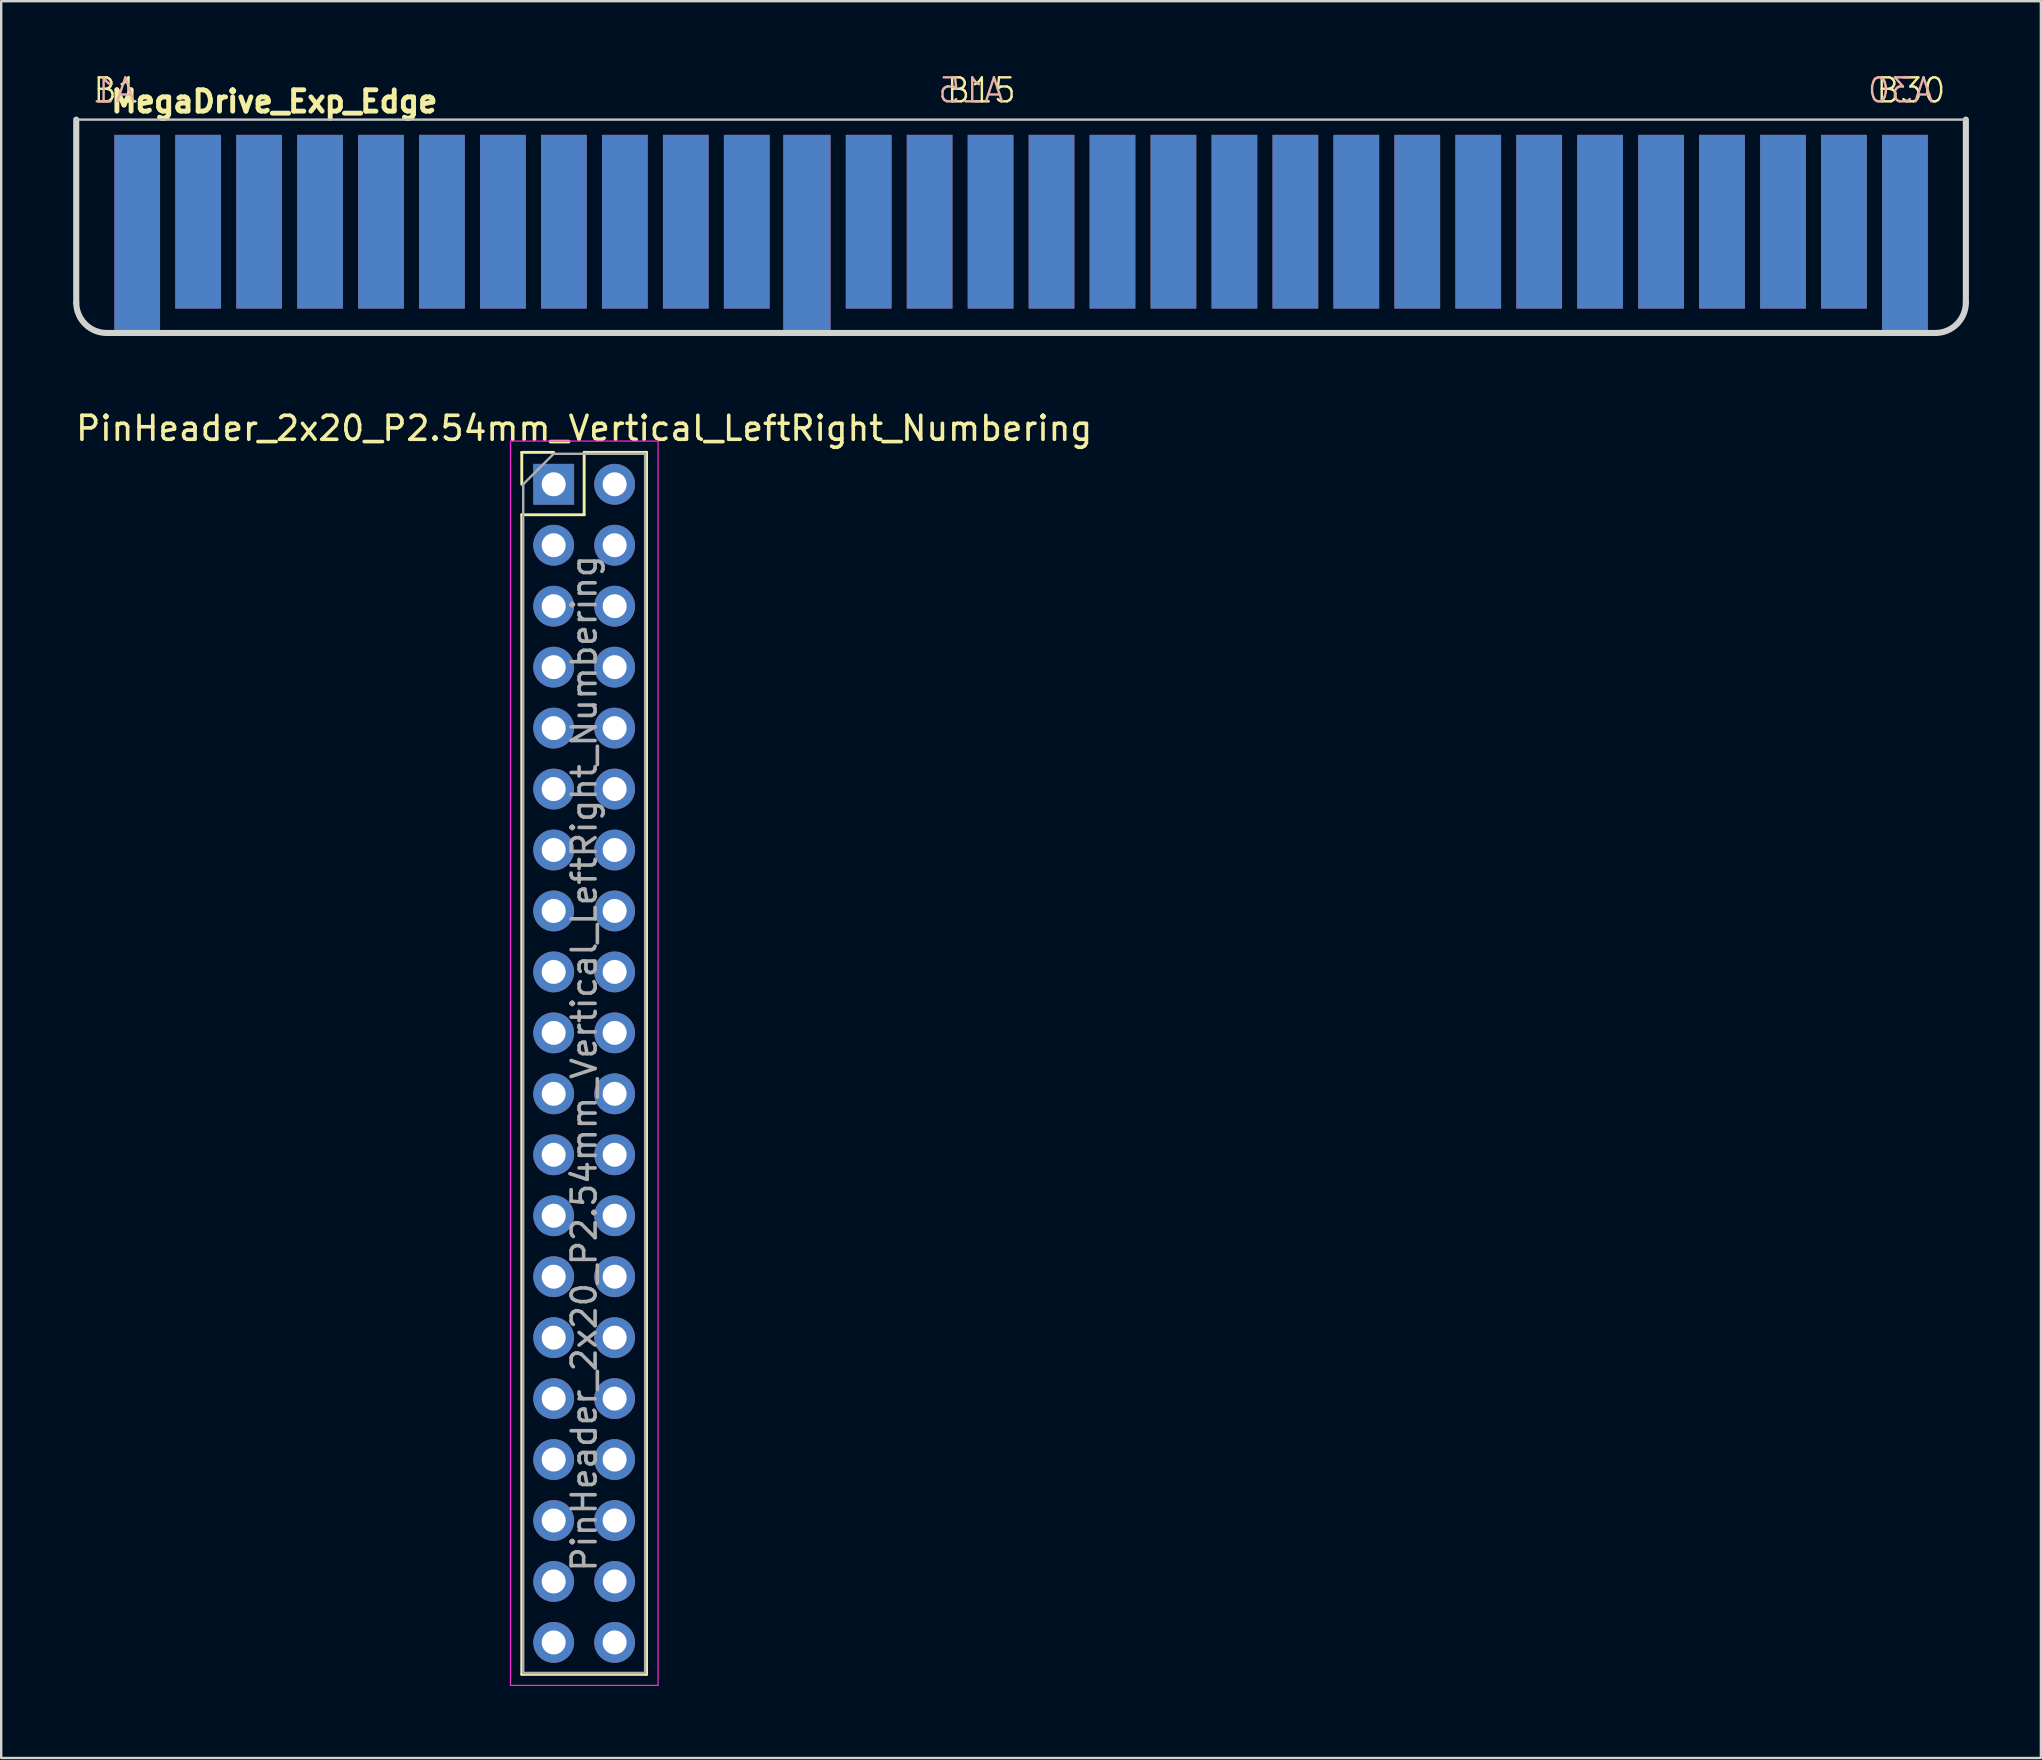
<source format=kicad_pcb>
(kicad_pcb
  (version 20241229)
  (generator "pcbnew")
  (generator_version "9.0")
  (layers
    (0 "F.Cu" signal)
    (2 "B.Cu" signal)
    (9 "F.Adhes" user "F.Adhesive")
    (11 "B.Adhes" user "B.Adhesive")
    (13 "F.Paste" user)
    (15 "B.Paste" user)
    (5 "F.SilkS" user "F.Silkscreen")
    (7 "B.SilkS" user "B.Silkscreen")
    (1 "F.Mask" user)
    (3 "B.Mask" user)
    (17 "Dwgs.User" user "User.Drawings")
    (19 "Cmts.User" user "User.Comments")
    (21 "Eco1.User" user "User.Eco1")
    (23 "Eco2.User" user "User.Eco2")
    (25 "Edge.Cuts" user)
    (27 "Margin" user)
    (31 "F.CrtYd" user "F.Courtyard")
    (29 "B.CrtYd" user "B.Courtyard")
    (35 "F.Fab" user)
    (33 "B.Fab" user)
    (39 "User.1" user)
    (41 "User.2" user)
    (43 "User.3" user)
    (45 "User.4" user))
  (footprint "PinHeader_2x20_P2.54mm_Vertical_LeftRight_Numbering"
    (layer "F.Cu")
    (at 20.022 17.13)
    (property "Reference" "PinHeader_2x20_P2.54mm_Vertical_LeftRight_Numbering" (at 1.27 -2.33 0) (layer "F.SilkS") (effects (font (size 1 1) (thickness 0.15))))
    (attr through_hole)
    (fp_line (start -1.33 -1.33) (end 0 -1.33) (stroke (width 0.12) (type solid)) (layer "F.SilkS"))
    (fp_line (start -1.33 0) (end -1.33 -1.33) (stroke (width 0.12) (type solid)) (layer "F.SilkS"))
    (fp_line (start -1.33 1.27) (end -1.33 49.59) (stroke (width 0.12) (type solid)) (layer "F.SilkS"))
    (fp_line (start -1.33 1.27) (end 1.27 1.27) (stroke (width 0.12) (type solid)) (layer "F.SilkS"))
    (fp_line (start -1.33 49.59) (end 3.87 49.59) (stroke (width 0.12) (type solid)) (layer "F.SilkS"))
    (fp_line (start 1.27 -1.33) (end 3.87 -1.33) (stroke (width 0.12) (type solid)) (layer "F.SilkS"))
    (fp_line (start 1.27 1.27) (end 1.27 -1.33) (stroke (width 0.12) (type solid)) (layer "F.SilkS"))
    (fp_line (start 3.87 -1.33) (end 3.87 49.59) (stroke (width 0.12) (type solid)) (layer "F.SilkS"))
    (fp_line (start -1.8 -1.8) (end -1.8 50.05) (stroke (width 0.05) (type solid)) (layer "F.CrtYd"))
    (fp_line (start -1.8 50.05) (end 4.35 50.05) (stroke (width 0.05) (type solid)) (layer "F.CrtYd"))
    (fp_line (start 4.35 -1.8) (end -1.8 -1.8) (stroke (width 0.05) (type solid)) (layer "F.CrtYd"))
    (fp_line (start 4.35 50.05) (end 4.35 -1.8) (stroke (width 0.05) (type solid)) (layer "F.CrtYd"))
    (fp_line (start -1.27 0) (end 0 -1.27) (stroke (width 0.1) (type solid)) (layer "F.Fab"))
    (fp_line (start -1.27 49.53) (end -1.27 0) (stroke (width 0.1) (type solid)) (layer "F.Fab"))
    (fp_line (start 0 -1.27) (end 3.81 -1.27) (stroke (width 0.1) (type solid)) (layer "F.Fab"))
    (fp_line (start 3.81 -1.27) (end 3.81 49.53) (stroke (width 0.1) (type solid)) (layer "F.Fab"))
    (fp_line (start 3.81 49.53) (end -1.27 49.53) (stroke (width 0.1) (type solid)) (layer "F.Fab"))
    (fp_text user "${REFERENCE}" (at 1.27 24.13 90) (layer "F.Fab") (effects (font (size 1 1) (thickness 0.15))))
    (pad "1" thru_hole rect (at 0 0) (size 1.7 1.7) (drill 1) (layers "*.Cu" "*.Mask"))
    (pad "2" thru_hole oval (at 0 2.54) (size 1.7 1.7) (drill 1) (layers "*.Cu" "*.Mask"))
    (pad "3" thru_hole oval (at 0 5.08) (size 1.7 1.7) (drill 1) (layers "*.Cu" "*.Mask"))
    (pad "4" thru_hole oval (at 0 7.62) (size 1.7 1.7) (drill 1) (layers "*.Cu" "*.Mask"))
    (pad "5" thru_hole oval (at 0 10.16) (size 1.7 1.7) (drill 1) (layers "*.Cu" "*.Mask"))
    (pad "6" thru_hole oval (at 0 12.7) (size 1.7 1.7) (drill 1) (layers "*.Cu" "*.Mask"))
    (pad "7" thru_hole oval (at 0 15.24) (size 1.7 1.7) (drill 1) (layers "*.Cu" "*.Mask"))
    (pad "8" thru_hole oval (at 0 17.78) (size 1.7 1.7) (drill 1) (layers "*.Cu" "*.Mask"))
    (pad "9" thru_hole oval (at 0 20.32) (size 1.7 1.7) (drill 1) (layers "*.Cu" "*.Mask"))
    (pad "10" thru_hole oval (at 0 22.86) (size 1.7 1.7) (drill 1) (layers "*.Cu" "*.Mask"))
    (pad "11" thru_hole oval (at 0 25.4) (size 1.7 1.7) (drill 1) (layers "*.Cu" "*.Mask"))
    (pad "12" thru_hole oval (at 0 27.94) (size 1.7 1.7) (drill 1) (layers "*.Cu" "*.Mask"))
    (pad "13" thru_hole oval (at 0 30.48) (size 1.7 1.7) (drill 1) (layers "*.Cu" "*.Mask"))
    (pad "14" thru_hole oval (at 0 33.02) (size 1.7 1.7) (drill 1) (layers "*.Cu" "*.Mask"))
    (pad "15" thru_hole oval (at 0 35.56) (size 1.7 1.7) (drill 1) (layers "*.Cu" "*.Mask"))
    (pad "16" thru_hole oval (at 0 38.1) (size 1.7 1.7) (drill 1) (layers "*.Cu" "*.Mask"))
    (pad "17" thru_hole oval (at 0 40.64) (size 1.7 1.7) (drill 1) (layers "*.Cu" "*.Mask"))
    (pad "18" thru_hole oval (at 0 43.18) (size 1.7 1.7) (drill 1) (layers "*.Cu" "*.Mask"))
    (pad "19" thru_hole oval (at 0 45.72) (size 1.7 1.7) (drill 1) (layers "*.Cu" "*.Mask"))
    (pad "20" thru_hole oval (at 0 48.26) (size 1.7 1.7) (drill 1) (layers "*.Cu" "*.Mask"))
    (pad "21" thru_hole oval (at 2.54 0) (size 1.7 1.7) (drill 1) (layers "*.Cu" "*.Mask"))
    (pad "22" thru_hole oval (at 2.54 2.54) (size 1.7 1.7) (drill 1) (layers "*.Cu" "*.Mask"))
    (pad "23" thru_hole oval (at 2.54 5.08) (size 1.7 1.7) (drill 1) (layers "*.Cu" "*.Mask"))
    (pad "24" thru_hole oval (at 2.54 7.62) (size 1.7 1.7) (drill 1) (layers "*.Cu" "*.Mask"))
    (pad "25" thru_hole oval (at 2.54 10.16) (size 1.7 1.7) (drill 1) (layers "*.Cu" "*.Mask"))
    (pad "26" thru_hole oval (at 2.54 12.7) (size 1.7 1.7) (drill 1) (layers "*.Cu" "*.Mask"))
    (pad "27" thru_hole oval (at 2.54 15.24) (size 1.7 1.7) (drill 1) (layers "*.Cu" "*.Mask"))
    (pad "28" thru_hole oval (at 2.54 17.78) (size 1.7 1.7) (drill 1) (layers "*.Cu" "*.Mask"))
    (pad "29" thru_hole oval (at 2.54 20.32) (size 1.7 1.7) (drill 1) (layers "*.Cu" "*.Mask"))
    (pad "30" thru_hole oval (at 2.54 22.86) (size 1.7 1.7) (drill 1) (layers "*.Cu" "*.Mask"))
    (pad "31" thru_hole oval (at 2.54 25.4) (size 1.7 1.7) (drill 1) (layers "*.Cu" "*.Mask"))
    (pad "32" thru_hole oval (at 2.54 27.94) (size 1.7 1.7) (drill 1) (layers "*.Cu" "*.Mask"))
    (pad "33" thru_hole oval (at 2.54 30.48) (size 1.7 1.7) (drill 1) (layers "*.Cu" "*.Mask"))
    (pad "34" thru_hole oval (at 2.54 33.02) (size 1.7 1.7) (drill 1) (layers "*.Cu" "*.Mask"))
    (pad "35" thru_hole oval (at 2.54 35.56) (size 1.7 1.7) (drill 1) (layers "*.Cu" "*.Mask"))
    (pad "36" thru_hole oval (at 2.54 38.1) (size 1.7 1.7) (drill 1) (layers "*.Cu" "*.Mask"))
    (pad "37" thru_hole oval (at 2.54 40.64) (size 1.7 1.7) (drill 1) (layers "*.Cu" "*.Mask"))
    (pad "38" thru_hole oval (at 2.54 43.18) (size 1.7 1.7) (drill 1) (layers "*.Cu" "*.Mask"))
    (pad "39" thru_hole oval (at 2.54 45.72) (size 1.7 1.7) (drill 1) (layers "*.Cu" "*.Mask"))
    (pad "40" thru_hole oval (at 2.54 48.26) (size 1.7 1.7) (drill 1) (layers "*.Cu" "*.Mask")))
  (footprint "MegaDrive_Exp_Edge"
    (layer "F.Cu")
    (at 2.667 6.38)
    (property "Reference" "MegaDrive_Exp_Edge" (at 5.715 -5.2 180) (layer "F.SilkS") (effects (font (size 0.889 0.889) (thickness 0.203))))
    (attr smd allow_soldermask_bridges)
    (fp_arc (start -1.278394 4.450724) (mid -2.176656 4.078986) (end -2.548394 3.180724) (stroke (width 0.1) (type default)) (layer "F.Mask"))
    (fp_arc (start 76.2 3.175) (mid 75.828262 4.073262) (end 74.93 4.445) (stroke (width 0.1) (type default)) (layer "F.Mask"))
    (fp_poly (pts (xy -2.54 -4.445) (xy 76.2 -4.445) (xy 76.2 3.175) (xy 75.828 4.073) (xy 74.93 4.445) (xy -1.278 4.451) (xy -2.177 4.079) (xy -2.548 3.181)) (stroke (width 0.1) (type solid)) (fill yes) (layer "F.Mask"))
    (fp_arc (start -1.278394 4.450724) (mid -2.176656 4.078986) (end -2.548394 3.180724) (stroke (width 0.1) (type default)) (layer "B.Mask"))
    (fp_arc (start 76.200002 3.175002) (mid 75.828262 4.073262) (end 74.930002 4.445002) (stroke (width 0.1) (type default)) (layer "B.Mask"))
    (fp_poly (pts (xy -2.54 -4.445) (xy 76.2 -4.445) (xy 76.18 -0.318) (xy 76.2 3.175) (xy 75.828 4.073) (xy 74.93 4.445) (xy -1.278 4.451) (xy -2.177 4.079) (xy -2.548 3.181)) (stroke (width 0.1) (type solid)) (fill yes) (layer "B.Mask"))
    (fp_line (start -2.54 -4.445) (end 76.2 -4.445) (stroke (width 0.1) (type default)) (layer "Dwgs.User"))
    (fp_line (start -2.54 -4.445) (end -2.54 3.175) (stroke (width 0.254) (type solid)) (layer "Edge.Cuts"))
    (fp_line (start -1.27 4.445) (end 74.93 4.445) (stroke (width 0.254) (type solid)) (layer "Edge.Cuts"))
    (fp_line (start 76.2 3.175) (end 76.2 -4.445) (stroke (width 0.254) (type solid)) (layer "Edge.Cuts"))
    (fp_arc (start -1.27 4.445) (mid -2.168026 4.073026) (end -2.54 3.175) (stroke (width 0.254) (type default)) (layer "Edge.Cuts"))
    (fp_arc (start 76.2 3.175) (mid 75.828026 4.073026) (end 74.93 4.445) (stroke (width 0.254) (type default)) (layer "Edge.Cuts"))
    (fp_text user "B15" (at 33.655 -5.08 0) (unlocked yes) (layer "F.SilkS") (effects (font (size 1 1) (thickness 0.1)) (justify left bottom)))
    (fp_text user "B30" (at 72.39 -5.08 0) (unlocked yes) (layer "F.SilkS") (effects (font (size 1 1) (thickness 0.1)) (justify left bottom)))
    (fp_text user "B1" (at -1.905 -5.08 0) (unlocked yes) (layer "F.SilkS") (effects (font (size 1 1) (thickness 0.1)) (justify left bottom)))
    (fp_text user "A1" (at 0 -5.08 0) (unlocked yes) (layer "B.SilkS") (effects (font (size 1 1) (thickness 0.1)) (justify left bottom mirror)))
    (fp_text user "A30" (at 74.93 -5.08 0) (unlocked yes) (layer "B.SilkS") (effects (font (size 1 1) (thickness 0.1)) (justify left bottom mirror)))
    (fp_text user "A15" (at 36.195 -5.08 0) (unlocked yes) (layer "B.SilkS") (effects (font (size 1 1) (thickness 0.1)) (justify left bottom mirror)))
    (pad "A1" smd rect (at 0 0.254) (size 1.905 8.128) (layers "B.Cu"))
    (pad "A2" smd rect (at 2.54 -0.191) (size 1.905 7.239) (layers "B.Cu"))
    (pad "A3" smd rect (at 5.08 -0.191) (size 1.905 7.239) (layers "B.Cu"))
    (pad "A4" smd rect (at 7.62 -0.191) (size 1.905 7.239) (layers "B.Cu"))
    (pad "A5" smd rect (at 10.16 -0.191) (size 1.905 7.239) (layers "B.Cu"))
    (pad "A6" smd rect (at 12.7 -0.191) (size 1.905 7.239) (layers "B.Cu"))
    (pad "A7" smd rect (at 15.24 -0.191) (size 1.905 7.239) (layers "B.Cu"))
    (pad "A8" smd rect (at 17.78 -0.191) (size 1.905 7.239) (layers "B.Cu"))
    (pad "A9" smd rect (at 20.32 -0.191) (size 1.905 7.239) (layers "B.Cu"))
    (pad "A10" smd rect (at 22.86 -0.191) (size 1.905 7.239) (layers "B.Cu"))
    (pad "A11" smd rect (at 25.4 -0.191) (size 1.905 7.239) (layers "B.Cu"))
    (pad "A12" smd rect (at 27.908 0.254) (size 1.968 8.128) (layers "B.Cu"))
    (pad "A13" smd rect (at 30.48 -0.191) (size 1.905 7.239) (layers "B.Cu"))
    (pad "A14" smd rect (at 33.02 -0.191) (size 1.905 7.239) (layers "B.Cu"))
    (pad "A15" smd rect (at 35.56 -0.191) (size 1.905 7.239) (layers "B.Cu"))
    (pad "A16" smd rect (at 38.1 -0.191) (size 1.905 7.239) (layers "B.Cu"))
    (pad "A17" smd rect (at 40.64 -0.191) (size 1.905 7.239) (layers "B.Cu"))
    (pad "A18" smd rect (at 43.18 -0.191) (size 1.905 7.239) (layers "B.Cu"))
    (pad "A19" smd rect (at 45.72 -0.191) (size 1.905 7.239) (layers "B.Cu"))
    (pad "A20" smd rect (at 48.26 -0.191) (size 1.905 7.239) (layers "B.Cu"))
    (pad "A21" smd rect (at 50.8 -0.191) (size 1.905 7.239) (layers "B.Cu"))
    (pad "A22" smd rect (at 53.34 -0.191) (size 1.905 7.239) (layers "B.Cu"))
    (pad "A23" smd rect (at 55.88 -0.191) (size 1.905 7.239) (layers "B.Cu"))
    (pad "A24" smd rect (at 58.42 -0.191) (size 1.905 7.239) (layers "B.Cu"))
    (pad "A25" smd rect (at 60.96 -0.191) (size 1.905 7.239) (layers "B.Cu"))
    (pad "A26" smd rect (at 63.5 -0.191) (size 1.905 7.239) (layers "B.Cu"))
    (pad "A27" smd rect (at 66.04 -0.191) (size 1.905 7.239) (layers "B.Cu"))
    (pad "A28" smd rect (at 68.58 -0.191) (size 1.905 7.239) (layers "B.Cu"))
    (pad "A29" smd rect (at 71.12 -0.191) (size 1.905 7.239) (layers "B.Cu"))
    (pad "A30" smd rect (at 73.66 0.254) (size 1.905 8.128) (layers "B.Cu"))
    (pad "B1" smd rect (at 0 0.254) (size 1.905 8.128) (layers "F.Cu"))
    (pad "B2" smd rect (at 2.54 -0.191) (size 1.905 7.239) (layers "F.Cu"))
    (pad "B3" smd rect (at 5.08 -0.191) (size 1.905 7.239) (layers "F.Cu"))
    (pad "B4" smd rect (at 7.62 -0.191) (size 1.905 7.239) (layers "F.Cu"))
    (pad "B5" smd rect (at 10.16 -0.191) (size 1.905 7.239) (layers "F.Cu"))
    (pad "B6" smd rect (at 12.7 -0.191) (size 1.905 7.239) (layers "F.Cu"))
    (pad "B7" smd rect (at 15.24 -0.191) (size 1.905 7.239) (layers "F.Cu"))
    (pad "B8" smd rect (at 17.78 -0.191) (size 1.905 7.239) (layers "F.Cu"))
    (pad "B9" smd rect (at 20.32 -0.191) (size 1.905 7.239) (layers "F.Cu"))
    (pad "B10" smd rect (at 22.86 -0.191) (size 1.905 7.239) (layers "F.Cu"))
    (pad "B11" smd rect (at 25.4 -0.191) (size 1.905 7.239) (layers "F.Cu"))
    (pad "B12" smd rect (at 27.908 0.254) (size 1.968 8.128) (layers "F.Cu"))
    (pad "B13" smd rect (at 30.48 -0.191) (size 1.905 7.239) (layers "F.Cu"))
    (pad "B14" smd rect (at 33.02 -0.191) (size 1.905 7.239) (layers "F.Cu"))
    (pad "B15" smd rect (at 35.56 -0.191) (size 1.905 7.239) (layers "F.Cu"))
    (pad "B16" smd rect (at 38.1 -0.191) (size 1.905 7.239) (layers "F.Cu"))
    (pad "B17" smd rect (at 40.64 -0.191) (size 1.905 7.239) (layers "F.Cu"))
    (pad "B18" smd rect (at 43.18 -0.191) (size 1.905 7.239) (layers "F.Cu"))
    (pad "B19" smd rect (at 45.72 -0.191) (size 1.905 7.239) (layers "F.Cu"))
    (pad "B20" smd rect (at 48.26 -0.191) (size 1.905 7.239) (layers "F.Cu"))
    (pad "B21" smd rect (at 50.8 -0.191) (size 1.905 7.239) (layers "F.Cu"))
    (pad "B22" smd rect (at 53.34 -0.191) (size 1.905 7.239) (layers "F.Cu"))
    (pad "B23" smd rect (at 55.88 -0.191) (size 1.905 7.239) (layers "F.Cu"))
    (pad "B24" smd rect (at 58.42 -0.191) (size 1.905 7.239) (layers "F.Cu"))
    (pad "B25" smd rect (at 60.96 -0.191) (size 1.905 7.239) (layers "F.Cu"))
    (pad "B26" smd rect (at 63.5 -0.191) (size 1.905 7.239) (layers "F.Cu"))
    (pad "B27" smd rect (at 66.04 -0.191) (size 1.905 7.239) (layers "F.Cu"))
    (pad "B28" smd rect (at 68.58 -0.191) (size 1.905 7.239) (layers "F.Cu"))
    (pad "B29" smd rect (at 71.12 -0.191) (size 1.905 7.239) (layers "F.Cu"))
    (pad "B30" smd rect (at 73.66 0.254) (size 1.905 8.128) (layers "F.Cu")))
  (gr_rect
    (start -3 -3)
    (end 81.994 70.205)
    (stroke (width 0.1) (type default))
    (fill no)
    (layer "Edge.Cuts")))
</source>
